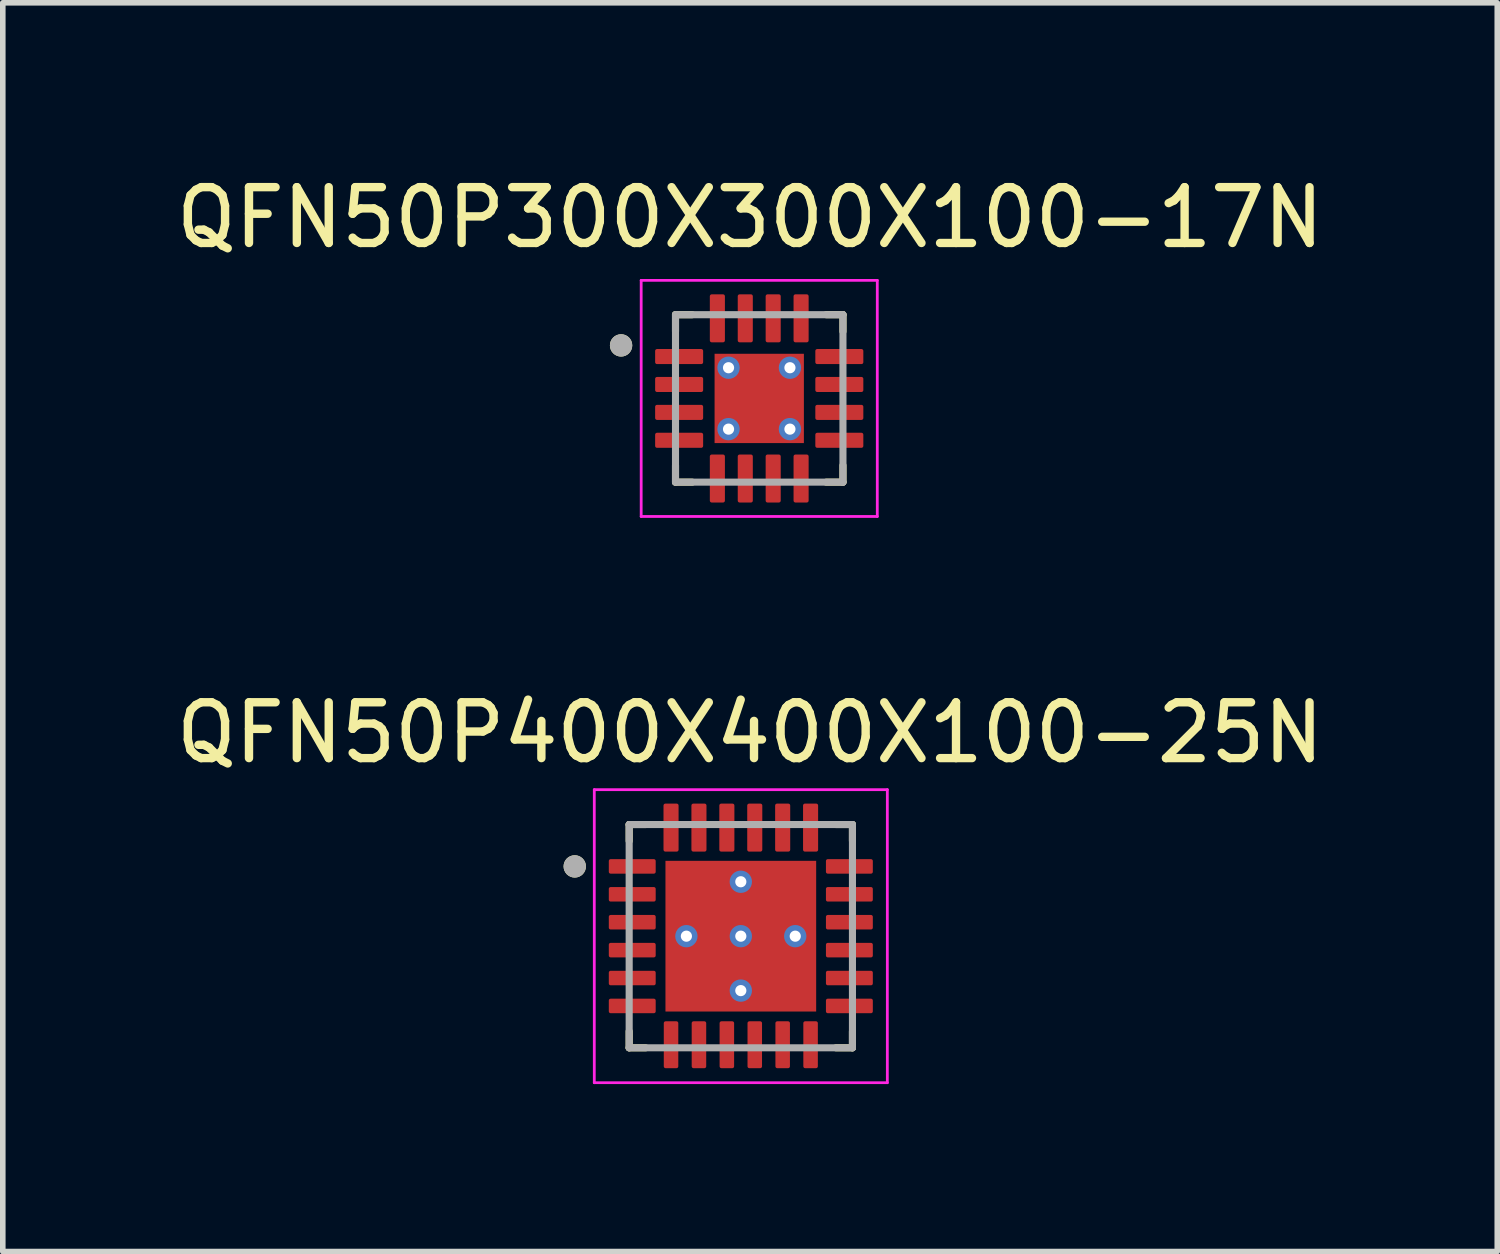
<source format=kicad_pcb>
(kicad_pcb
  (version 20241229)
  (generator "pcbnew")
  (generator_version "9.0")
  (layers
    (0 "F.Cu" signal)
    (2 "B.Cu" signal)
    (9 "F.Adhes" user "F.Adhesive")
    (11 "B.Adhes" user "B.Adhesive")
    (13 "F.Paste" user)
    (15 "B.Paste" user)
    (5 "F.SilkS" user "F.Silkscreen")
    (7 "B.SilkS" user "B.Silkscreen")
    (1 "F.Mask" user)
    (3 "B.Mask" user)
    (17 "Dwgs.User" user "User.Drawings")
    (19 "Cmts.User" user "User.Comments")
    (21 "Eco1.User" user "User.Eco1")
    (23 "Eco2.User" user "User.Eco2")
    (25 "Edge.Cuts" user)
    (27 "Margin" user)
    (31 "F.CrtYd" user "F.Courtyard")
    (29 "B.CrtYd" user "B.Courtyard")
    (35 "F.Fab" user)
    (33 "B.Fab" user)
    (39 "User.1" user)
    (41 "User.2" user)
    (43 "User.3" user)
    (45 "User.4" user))
  (footprint "QFN50P300X300X100-17N"
    (layer "F.Cu")
    (at 10.552 4.088)
    (property "Reference" "QFN50P300X300X100-17N" (at -0.165 -3.24 0) (layer "F.SilkS") (effects (font (size 1 1) (thickness 0.15))))
    (attr smd)
    (fp_line (start -1.5 -1.5) (end -1.5 -1.2) (stroke (width 0.127) (type solid)) (layer "F.SilkS"))
    (fp_line (start -1.5 -1.5) (end -1.2 -1.5) (stroke (width 0.127) (type solid)) (layer "F.SilkS"))
    (fp_line (start -1.5 1.5) (end -1.5 1.2) (stroke (width 0.127) (type solid)) (layer "F.SilkS"))
    (fp_line (start -1.5 1.5) (end -1.2 1.5) (stroke (width 0.127) (type solid)) (layer "F.SilkS"))
    (fp_line (start 1.5 -1.5) (end 1.2 -1.5) (stroke (width 0.127) (type solid)) (layer "F.SilkS"))
    (fp_line (start 1.5 -1.5) (end 1.5 -1.2) (stroke (width 0.127) (type solid)) (layer "F.SilkS"))
    (fp_line (start 1.5 1.5) (end 1.2 1.5) (stroke (width 0.127) (type solid)) (layer "F.SilkS"))
    (fp_line (start 1.5 1.5) (end 1.5 1.2) (stroke (width 0.127) (type solid)) (layer "F.SilkS"))
    (fp_circle (center -2.475 -0.95) (end -2.375 -0.95) (stroke (width 0.2) (type solid)) (fill no) (layer "F.SilkS"))
    (fp_poly (pts (xy -0.506 -0.506) (xy 0.506 -0.506) (xy 0.506 0.506) (xy -0.506 0.506)) (stroke (width 0.01) (type solid)) (fill yes) (layer "F.Paste"))
    (fp_line (start -2.115 -2.115) (end 2.115 -2.115) (stroke (width 0.05) (type solid)) (layer "F.CrtYd"))
    (fp_line (start -2.115 2.115) (end -2.115 -2.115) (stroke (width 0.05) (type solid)) (layer "F.CrtYd"))
    (fp_line (start -2.115 2.115) (end 2.115 2.115) (stroke (width 0.05) (type solid)) (layer "F.CrtYd"))
    (fp_line (start 2.115 2.115) (end 2.115 -2.115) (stroke (width 0.05) (type solid)) (layer "F.CrtYd"))
    (fp_line (start -1.5 1.5) (end -1.5 -1.5) (stroke (width 0.127) (type solid)) (layer "F.Fab"))
    (fp_line (start 1.5 -1.5) (end -1.5 -1.5) (stroke (width 0.127) (type solid)) (layer "F.Fab"))
    (fp_line (start 1.5 1.5) (end -1.5 1.5) (stroke (width 0.127) (type solid)) (layer "F.Fab"))
    (fp_line (start 1.5 1.5) (end 1.5 -1.5) (stroke (width 0.127) (type solid)) (layer "F.Fab"))
    (fp_circle (center -2.475 -0.95) (end -2.375 -0.95) (stroke (width 0.2) (type solid)) (fill no) (layer "F.Fab"))
    (pad "1" smd roundrect (at -1.435 -0.75) (size 0.86 0.27) (layers "F.Cu" "F.Mask" "F.Paste") (roundrect_rratio 0.125))
    (pad "2" smd roundrect (at -1.435 -0.25) (size 0.86 0.27) (layers "F.Cu" "F.Mask" "F.Paste") (roundrect_rratio 0.125))
    (pad "3" smd roundrect (at -1.435 0.25) (size 0.86 0.27) (layers "F.Cu" "F.Mask" "F.Paste") (roundrect_rratio 0.125))
    (pad "4" smd roundrect (at -1.435 0.75) (size 0.86 0.27) (layers "F.Cu" "F.Mask" "F.Paste") (roundrect_rratio 0.125))
    (pad "5" smd roundrect (at -0.75 1.435) (size 0.27 0.86) (layers "F.Cu" "F.Mask" "F.Paste") (roundrect_rratio 0.125))
    (pad "6" smd roundrect (at -0.25 1.435) (size 0.27 0.86) (layers "F.Cu" "F.Mask" "F.Paste") (roundrect_rratio 0.125))
    (pad "7" smd roundrect (at 0.25 1.435) (size 0.27 0.86) (layers "F.Cu" "F.Mask" "F.Paste") (roundrect_rratio 0.125))
    (pad "8" smd roundrect (at 0.75 1.435) (size 0.27 0.86) (layers "F.Cu" "F.Mask" "F.Paste") (roundrect_rratio 0.125))
    (pad "9" smd roundrect (at 1.435 0.75) (size 0.86 0.27) (layers "F.Cu" "F.Mask" "F.Paste") (roundrect_rratio 0.125))
    (pad "10" smd roundrect (at 1.435 0.25) (size 0.86 0.27) (layers "F.Cu" "F.Mask" "F.Paste") (roundrect_rratio 0.125))
    (pad "11" smd roundrect (at 1.435 -0.25) (size 0.86 0.27) (layers "F.Cu" "F.Mask" "F.Paste") (roundrect_rratio 0.125))
    (pad "12" smd roundrect (at 1.435 -0.75) (size 0.86 0.27) (layers "F.Cu" "F.Mask" "F.Paste") (roundrect_rratio 0.125))
    (pad "13" smd roundrect (at 0.75 -1.435) (size 0.27 0.86) (layers "F.Cu" "F.Mask" "F.Paste") (roundrect_rratio 0.125))
    (pad "14" smd roundrect (at 0.25 -1.435) (size 0.27 0.86) (layers "F.Cu" "F.Mask" "F.Paste") (roundrect_rratio 0.125))
    (pad "15" smd roundrect (at -0.25 -1.435) (size 0.27 0.86) (layers "F.Cu" "F.Mask" "F.Paste") (roundrect_rratio 0.125))
    (pad "16" smd roundrect (at -0.75 -1.435) (size 0.27 0.86) (layers "F.Cu" "F.Mask" "F.Paste") (roundrect_rratio 0.125))
    (pad "17" smd rect (at 0 0) (size 1.6 1.6) (layers "F.Cu" "F.Mask"))
    (pad "18" thru_hole circle (at -0.55 -0.55) (size 0.4 0.4) (drill 0.2) (layers "*.Cu"))
    (pad "19" thru_hole circle (at 0.55 -0.55) (size 0.4 0.4) (drill 0.2) (layers "*.Cu"))
    (pad "20" thru_hole circle (at -0.55 0.55) (size 0.4 0.4) (drill 0.2) (layers "*.Cu"))
    (pad "21" thru_hole circle (at 0.55 0.55) (size 0.4 0.4) (drill 0.2) (layers "*.Cu")))
  (footprint "QFN50P400X400X100-25N"
    (layer "F.Cu")
    (at 10.222 13.722)
    (property "Reference" "QFN50P400X400X100-25N" (at 0.165 -3.645 0) (layer "F.SilkS") (effects (font (size 1 1) (thickness 0.15))))
    (attr smd)
    (fp_line (start -2 -2) (end -2 -1.705) (stroke (width 0.127) (type solid)) (layer "F.SilkS"))
    (fp_line (start -2 -2) (end -1.705 -2) (stroke (width 0.127) (type solid)) (layer "F.SilkS"))
    (fp_line (start -2 2) (end -2 1.705) (stroke (width 0.127) (type solid)) (layer "F.SilkS"))
    (fp_line (start -2 2) (end -1.705 2) (stroke (width 0.127) (type solid)) (layer "F.SilkS"))
    (fp_line (start 2 -2) (end 1.705 -2) (stroke (width 0.127) (type solid)) (layer "F.SilkS"))
    (fp_line (start 2 -2) (end 2 -1.705) (stroke (width 0.127) (type solid)) (layer "F.SilkS"))
    (fp_line (start 2 2) (end 1.705 2) (stroke (width 0.127) (type solid)) (layer "F.SilkS"))
    (fp_line (start 2 2) (end 2 1.705) (stroke (width 0.127) (type solid)) (layer "F.SilkS"))
    (fp_circle (center -2.975 -1.25) (end -2.875 -1.25) (stroke (width 0.2) (type solid)) (fill no) (layer "F.SilkS"))
    (fp_poly (pts (xy -1.18 -1.18) (xy -0.1 -1.18) (xy -0.1 -0.1) (xy -1.18 -0.1)) (stroke (width 0.01) (type solid)) (fill yes) (layer "F.Paste"))
    (fp_poly (pts (xy -1.18 0.1) (xy -0.1 0.1) (xy -0.1 1.18) (xy -1.18 1.18)) (stroke (width 0.01) (type solid)) (fill yes) (layer "F.Paste"))
    (fp_poly (pts (xy 0.1 -1.18) (xy 1.18 -1.18) (xy 1.18 -0.1) (xy 0.1 -0.1)) (stroke (width 0.01) (type solid)) (fill yes) (layer "F.Paste"))
    (fp_poly (pts (xy 0.1 0.1) (xy 1.18 0.1) (xy 1.18 1.18) (xy 0.1 1.18)) (stroke (width 0.01) (type solid)) (fill yes) (layer "F.Paste"))
    (fp_line (start -2.625 -2.625) (end 2.625 -2.625) (stroke (width 0.05) (type solid)) (layer "F.CrtYd"))
    (fp_line (start -2.625 2.625) (end -2.625 -2.625) (stroke (width 0.05) (type solid)) (layer "F.CrtYd"))
    (fp_line (start -2.625 2.625) (end 2.625 2.625) (stroke (width 0.05) (type solid)) (layer "F.CrtYd"))
    (fp_line (start 2.625 2.625) (end 2.625 -2.625) (stroke (width 0.05) (type solid)) (layer "F.CrtYd"))
    (fp_line (start -2 2) (end -2 -2) (stroke (width 0.127) (type solid)) (layer "F.Fab"))
    (fp_line (start 2 -2) (end -2 -2) (stroke (width 0.127) (type solid)) (layer "F.Fab"))
    (fp_line (start 2 2) (end -2 2) (stroke (width 0.127) (type solid)) (layer "F.Fab"))
    (fp_line (start 2 2) (end 2 -2) (stroke (width 0.127) (type solid)) (layer "F.Fab"))
    (fp_circle (center -2.975 -1.25) (end -2.875 -1.25) (stroke (width 0.2) (type solid)) (fill no) (layer "F.Fab"))
    (pad "1" smd roundrect (at -1.945 -1.25) (size 0.84 0.26) (layers "F.Cu" "F.Mask" "F.Paste") (roundrect_rratio 0.125))
    (pad "2" smd roundrect (at -1.945 -0.75) (size 0.84 0.26) (layers "F.Cu" "F.Mask" "F.Paste") (roundrect_rratio 0.125))
    (pad "3" smd roundrect (at -1.945 -0.25) (size 0.84 0.26) (layers "F.Cu" "F.Mask" "F.Paste") (roundrect_rratio 0.125))
    (pad "4" smd roundrect (at -1.945 0.25) (size 0.84 0.26) (layers "F.Cu" "F.Mask" "F.Paste") (roundrect_rratio 0.125))
    (pad "5" smd roundrect (at -1.945 0.75) (size 0.84 0.26) (layers "F.Cu" "F.Mask" "F.Paste") (roundrect_rratio 0.125))
    (pad "6" smd roundrect (at -1.945 1.25) (size 0.84 0.26) (layers "F.Cu" "F.Mask" "F.Paste") (roundrect_rratio 0.125))
    (pad "7" smd roundrect (at -1.25 1.945) (size 0.26 0.84) (layers "F.Cu" "F.Mask" "F.Paste") (roundrect_rratio 0.125))
    (pad "8" smd roundrect (at -0.75 1.945) (size 0.26 0.84) (layers "F.Cu" "F.Mask" "F.Paste") (roundrect_rratio 0.125))
    (pad "9" smd roundrect (at -0.25 1.945) (size 0.26 0.84) (layers "F.Cu" "F.Mask" "F.Paste") (roundrect_rratio 0.125))
    (pad "10" smd roundrect (at 0.25 1.945) (size 0.26 0.84) (layers "F.Cu" "F.Mask" "F.Paste") (roundrect_rratio 0.125))
    (pad "11" smd roundrect (at 0.75 1.945) (size 0.26 0.84) (layers "F.Cu" "F.Mask" "F.Paste") (roundrect_rratio 0.125))
    (pad "12" smd roundrect (at 1.25 1.945) (size 0.26 0.84) (layers "F.Cu" "F.Mask" "F.Paste") (roundrect_rratio 0.125))
    (pad "13" smd roundrect (at 1.945 1.25) (size 0.84 0.26) (layers "F.Cu" "F.Mask" "F.Paste") (roundrect_rratio 0.125))
    (pad "14" smd roundrect (at 1.945 0.75) (size 0.84 0.26) (layers "F.Cu" "F.Mask" "F.Paste") (roundrect_rratio 0.125))
    (pad "15" smd roundrect (at 1.945 0.25) (size 0.84 0.26) (layers "F.Cu" "F.Mask" "F.Paste") (roundrect_rratio 0.125))
    (pad "16" smd roundrect (at 1.945 -0.25) (size 0.84 0.26) (layers "F.Cu" "F.Mask" "F.Paste") (roundrect_rratio 0.125))
    (pad "17" smd roundrect (at 1.945 -0.75) (size 0.84 0.26) (layers "F.Cu" "F.Mask" "F.Paste") (roundrect_rratio 0.125))
    (pad "18" smd roundrect (at 1.945 -1.25) (size 0.84 0.26) (layers "F.Cu" "F.Mask" "F.Paste") (roundrect_rratio 0.125))
    (pad "19" smd roundrect (at 1.25 -1.945) (size 0.27 0.86) (layers "F.Cu" "F.Mask" "F.Paste") (roundrect_rratio 0.125))
    (pad "20" smd roundrect (at 0.75 -1.945) (size 0.27 0.86) (layers "F.Cu" "F.Mask" "F.Paste") (roundrect_rratio 0.125))
    (pad "21" smd roundrect (at 0.25 -1.945) (size 0.27 0.86) (layers "F.Cu" "F.Mask" "F.Paste") (roundrect_rratio 0.125))
    (pad "22" smd roundrect (at -0.25 -1.945) (size 0.27 0.86) (layers "F.Cu" "F.Mask" "F.Paste") (roundrect_rratio 0.125))
    (pad "23" smd roundrect (at -0.75 -1.945) (size 0.27 0.86) (layers "F.Cu" "F.Mask" "F.Paste") (roundrect_rratio 0.125))
    (pad "24" smd roundrect (at -1.25 -1.945) (size 0.27 0.86) (layers "F.Cu" "F.Mask" "F.Paste") (roundrect_rratio 0.125))
    (pad "25" smd rect (at 0 0) (size 2.7 2.7) (layers "F.Cu" "F.Mask"))
    (pad "26" thru_hole circle (at 0 0) (size 0.4 0.4) (drill 0.2) (layers "*.Cu" "*.Mask"))
    (pad "27" thru_hole circle (at 0 -0.975) (size 0.4 0.4) (drill 0.2) (layers "*.Cu" "*.Mask"))
    (pad "28" thru_hole circle (at 0.975 0) (size 0.4 0.4) (drill 0.2) (layers "*.Cu" "*.Mask"))
    (pad "29" thru_hole circle (at 0 0.975) (size 0.4 0.4) (drill 0.2) (layers "*.Cu" "*.Mask"))
    (pad "30" thru_hole circle (at -0.975 0) (size 0.4 0.4) (drill 0.2) (layers "*.Cu" "*.Mask")))
  (gr_rect
    (start -3 -3)
    (end 23.774 19.372)
    (stroke (width 0.1) (type default))
    (fill no)
    (layer "Edge.Cuts")))
</source>
